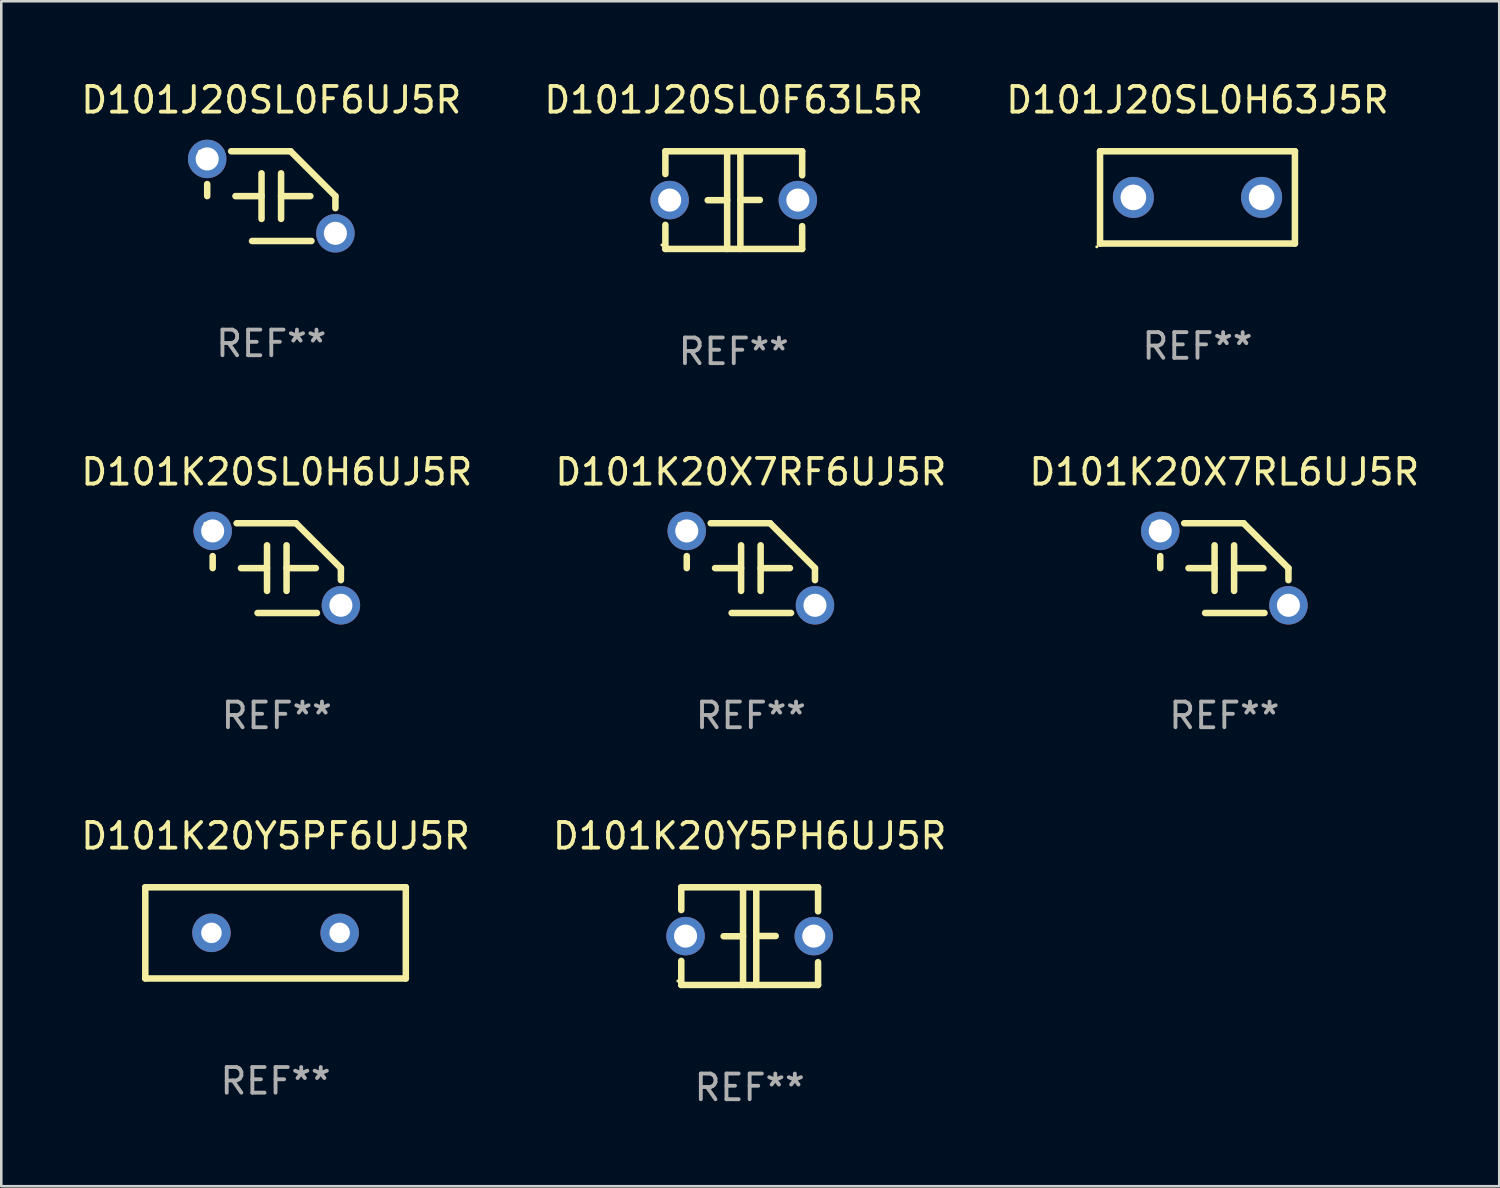
<source format=kicad_pcb>
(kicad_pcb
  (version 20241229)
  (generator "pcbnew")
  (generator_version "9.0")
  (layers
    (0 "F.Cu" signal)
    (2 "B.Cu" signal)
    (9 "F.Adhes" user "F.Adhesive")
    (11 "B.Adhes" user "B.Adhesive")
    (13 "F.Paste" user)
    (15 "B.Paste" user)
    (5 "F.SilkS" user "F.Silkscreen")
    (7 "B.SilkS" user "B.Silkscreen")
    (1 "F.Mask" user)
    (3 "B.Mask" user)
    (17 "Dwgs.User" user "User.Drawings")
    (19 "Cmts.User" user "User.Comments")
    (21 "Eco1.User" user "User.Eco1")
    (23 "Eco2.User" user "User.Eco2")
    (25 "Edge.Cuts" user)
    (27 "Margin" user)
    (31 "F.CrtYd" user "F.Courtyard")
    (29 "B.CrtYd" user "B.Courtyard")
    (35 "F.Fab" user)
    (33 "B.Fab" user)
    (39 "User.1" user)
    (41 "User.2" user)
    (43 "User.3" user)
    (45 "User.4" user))
  (footprint "D101K20X7RF6UJ5R"
    (layer "F.Cu")
    (at 26.232 19.105)
    (property "Reference" "D101K20X7RF6UJ5R" (at 0 -3.75 0) (layer "F.SilkS") (effects (font (size 1 1) (thickness 0.15))))
    (attr through_hole)
    (fp_line (start -2.5 0) (end -2.5 -0.469) (stroke (width 0.254) (type solid)) (layer "F.SilkS"))
    (fp_line (start -1.397 0) (end -0.381 0) (stroke (width 0.254) (type solid)) (layer "F.SilkS"))
    (fp_line (start -0.75 1.75) (end 1.566 1.75) (stroke (width 0.254) (type solid)) (layer "F.SilkS"))
    (fp_line (start -0.381 -0.889) (end -0.381 0.889) (stroke (width 0.254) (type solid)) (layer "F.SilkS"))
    (fp_line (start 0.381 -0.889) (end 0.381 0.889) (stroke (width 0.254) (type solid)) (layer "F.SilkS"))
    (fp_line (start 0.75 -1.75) (end -1.566 -1.75) (stroke (width 0.254) (type solid)) (layer "F.SilkS"))
    (fp_line (start 1.524 0) (end 0.381 0) (stroke (width 0.254) (type solid)) (layer "F.SilkS"))
    (fp_line (start 2.5 0) (end 2.5 0.469) (stroke (width 0.254) (type solid)) (layer "F.SilkS"))
    (fp_arc (start -2.499962 0) (mid 2.499984 -0.000022) (end -2.499962 0) (stroke (width 0.254001) (type solid)) (layer "F.SilkS"))
    (fp_arc (start 2.500013 0) (mid 1.623463 -0.873464) (end 0.749999 -1.750014) (stroke (width 0.254001) (type solid)) (layer "F.SilkS"))
    (fp_circle (center -2.8 -1.75) (end -2.77 -1.75) (stroke (width 0.06) (type solid)) (fill no) (layer "F.SilkS"))
    (fp_text user "REF**" (at 0 5.75 0) (layer "F.Fab") (effects (font (size 1 1) (thickness 0.15))))
    (pad "1" thru_hole circle (at -2.5 -1.45) (size 1.5 1.5) (drill 0.9) (layers "*.Cu" "*.Mask"))
    (pad "2" thru_hole circle (at 2.5 1.45) (size 1.5 1.5) (drill 0.9) (layers "*.Cu" "*.Mask")))
  (footprint "D101K20Y5PH6UJ5R"
    (layer "F.Cu")
    (at 26.185 33.456)
    (property "Reference" "D101K20Y5PH6UJ5R" (at 0 -3.905 0) (layer "F.SilkS") (effects (font (size 1 1) (thickness 0.15))))
    (attr through_hole)
    (fp_line (start -2.667 -1.905) (end -2.667 -1.016) (stroke (width 0.254) (type solid)) (layer "F.SilkS"))
    (fp_line (start -2.667 0.967) (end -2.667 1.905) (stroke (width 0.254) (type solid)) (layer "F.SilkS"))
    (fp_line (start -2.667 1.905) (end 2.667 1.905) (stroke (width 0.254) (type solid)) (layer "F.SilkS"))
    (fp_line (start -0.258 0.005) (end -1.016 0.005) (stroke (width 0.254) (type solid)) (layer "F.SilkS"))
    (fp_line (start -0.258 1.905) (end -0.258 -1.905) (stroke (width 0.254) (type solid)) (layer "F.SilkS"))
    (fp_line (start 0.258 -1.905) (end 0.258 1.905) (stroke (width 0.254) (type solid)) (layer "F.SilkS"))
    (fp_line (start 0.258 -0.005) (end 1.016 -0.005) (stroke (width 0.254) (type solid)) (layer "F.SilkS"))
    (fp_line (start 2.667 -1.905) (end -2.667 -1.905) (stroke (width 0.254) (type solid)) (layer "F.SilkS"))
    (fp_line (start 2.667 -0.967) (end 2.667 -1.905) (stroke (width 0.254) (type solid)) (layer "F.SilkS"))
    (fp_line (start 2.667 1.905) (end 2.667 1.016) (stroke (width 0.254) (type solid)) (layer "F.SilkS"))
    (fp_circle (center -2.8 1.75) (end -2.77 1.75) (stroke (width 0.06) (type solid)) (fill no) (layer "F.SilkS"))
    (fp_text user "REF**" (at 0 5.905 0) (layer "F.Fab") (effects (font (size 1 1) (thickness 0.15))))
    (pad "1" thru_hole circle (at -2.5 0) (size 1.5 1.5) (drill 0.9) (layers "*.Cu" "*.Mask"))
    (pad "2" thru_hole circle (at 2.5 0) (size 1.5 1.5) (drill 0.9) (layers "*.Cu" "*.Mask")))
  (footprint "D101J20SL0H63J5R"
    (layer "F.Cu")
    (at 43.649 4.648)
    (property "Reference" "D101J20SL0H63J5R" (at 0 -3.8 0) (layer "F.SilkS") (effects (font (size 1 1) (thickness 0.15))))
    (attr through_hole)
    (fp_line (start -3.8 -1.8) (end 3.8 -1.8) (stroke (width 0.254) (type solid)) (layer "F.SilkS"))
    (fp_line (start -3.8 1.8) (end -3.8 -1.8) (stroke (width 0.254) (type solid)) (layer "F.SilkS"))
    (fp_line (start 3.8 -1.8) (end 3.8 1.8) (stroke (width 0.254) (type solid)) (layer "F.SilkS"))
    (fp_line (start 3.8 1.8) (end -3.8 1.8) (stroke (width 0.254) (type solid)) (layer "F.SilkS"))
    (fp_circle (center -3.927 1.927) (end -3.897 1.927) (stroke (width 0.06) (type solid)) (fill no) (layer "F.SilkS"))
    (fp_text user "REF**" (at 0 5.8 0) (layer "F.Fab") (effects (font (size 1 1) (thickness 0.15))))
    (pad "1" thru_hole circle (at -2.5 0) (size 1.6 1.6) (drill 1) (layers "*.Cu" "*.Mask"))
    (pad "2" thru_hole circle (at 2.5 0) (size 1.6 1.6) (drill 1) (layers "*.Cu" "*.Mask")))
  (footprint "D101K20SL0H6UJ5R"
    (layer "F.Cu")
    (at 7.744 19.105)
    (property "Reference" "D101K20SL0H6UJ5R" (at 0 -3.75 0) (layer "F.SilkS") (effects (font (size 1 1) (thickness 0.15))))
    (attr through_hole)
    (fp_line (start -2.5 0) (end -2.5 -0.469) (stroke (width 0.254) (type solid)) (layer "F.SilkS"))
    (fp_line (start -1.397 0) (end -0.381 0) (stroke (width 0.254) (type solid)) (layer "F.SilkS"))
    (fp_line (start -0.75 1.75) (end 1.566 1.75) (stroke (width 0.254) (type solid)) (layer "F.SilkS"))
    (fp_line (start -0.381 -0.889) (end -0.381 0.889) (stroke (width 0.254) (type solid)) (layer "F.SilkS"))
    (fp_line (start 0.381 -0.889) (end 0.381 0.889) (stroke (width 0.254) (type solid)) (layer "F.SilkS"))
    (fp_line (start 0.75 -1.75) (end -1.566 -1.75) (stroke (width 0.254) (type solid)) (layer "F.SilkS"))
    (fp_line (start 1.524 0) (end 0.381 0) (stroke (width 0.254) (type solid)) (layer "F.SilkS"))
    (fp_line (start 2.5 0) (end 2.5 0.469) (stroke (width 0.254) (type solid)) (layer "F.SilkS"))
    (fp_arc (start -2.499962 0) (mid 2.499984 -0.000022) (end -2.499962 0) (stroke (width 0.254001) (type solid)) (layer "F.SilkS"))
    (fp_arc (start 2.500013 0) (mid 1.623463 -0.873464) (end 0.749999 -1.750014) (stroke (width 0.254001) (type solid)) (layer "F.SilkS"))
    (fp_circle (center -2.8 -1.75) (end -2.77 -1.75) (stroke (width 0.06) (type solid)) (fill no) (layer "F.SilkS"))
    (fp_text user "REF**" (at 0 5.75 0) (layer "F.Fab") (effects (font (size 1 1) (thickness 0.15))))
    (pad "1" thru_hole circle (at -2.5 -1.45) (size 1.5 1.5) (drill 0.9) (layers "*.Cu" "*.Mask"))
    (pad "2" thru_hole circle (at 2.5 1.45) (size 1.5 1.5) (drill 0.9) (layers "*.Cu" "*.Mask")))
  (footprint "D101J20SL0F63L5R"
    (layer "F.Cu")
    (at 25.565 4.753)
    (property "Reference" "D101J20SL0F63L5R" (at 0 -3.905 0) (layer "F.SilkS") (effects (font (size 1 1) (thickness 0.15))))
    (attr through_hole)
    (fp_line (start -2.667 -1.905) (end -2.667 -1.016) (stroke (width 0.254) (type solid)) (layer "F.SilkS"))
    (fp_line (start -2.667 0.967) (end -2.667 1.905) (stroke (width 0.254) (type solid)) (layer "F.SilkS"))
    (fp_line (start -2.667 1.905) (end 2.667 1.905) (stroke (width 0.254) (type solid)) (layer "F.SilkS"))
    (fp_line (start -0.258 0.005) (end -1.016 0.005) (stroke (width 0.254) (type solid)) (layer "F.SilkS"))
    (fp_line (start -0.258 1.905) (end -0.258 -1.905) (stroke (width 0.254) (type solid)) (layer "F.SilkS"))
    (fp_line (start 0.258 -1.905) (end 0.258 1.905) (stroke (width 0.254) (type solid)) (layer "F.SilkS"))
    (fp_line (start 0.258 -0.005) (end 1.016 -0.005) (stroke (width 0.254) (type solid)) (layer "F.SilkS"))
    (fp_line (start 2.667 -1.905) (end -2.667 -1.905) (stroke (width 0.254) (type solid)) (layer "F.SilkS"))
    (fp_line (start 2.667 -0.967) (end 2.667 -1.905) (stroke (width 0.254) (type solid)) (layer "F.SilkS"))
    (fp_line (start 2.667 1.905) (end 2.667 1.016) (stroke (width 0.254) (type solid)) (layer "F.SilkS"))
    (fp_circle (center -2.8 1.75) (end -2.77 1.75) (stroke (width 0.06) (type solid)) (fill no) (layer "F.SilkS"))
    (fp_text user "REF**" (at 0 5.905 0) (layer "F.Fab") (effects (font (size 1 1) (thickness 0.15))))
    (pad "1" thru_hole circle (at -2.5 0) (size 1.5 1.5) (drill 0.9) (layers "*.Cu" "*.Mask"))
    (pad "2" thru_hole circle (at 2.5 0) (size 1.5 1.5) (drill 0.9) (layers "*.Cu" "*.Mask")))
  (footprint "D101J20SL0F6UJ5R"
    (layer "F.Cu")
    (at 7.53 4.598)
    (property "Reference" "D101J20SL0F6UJ5R" (at 0 -3.75 0) (layer "F.SilkS") (effects (font (size 1 1) (thickness 0.15))))
    (attr through_hole)
    (fp_line (start -2.5 0) (end -2.5 -0.469) (stroke (width 0.254) (type solid)) (layer "F.SilkS"))
    (fp_line (start -1.397 0) (end -0.381 0) (stroke (width 0.254) (type solid)) (layer "F.SilkS"))
    (fp_line (start -0.75 1.75) (end 1.566 1.75) (stroke (width 0.254) (type solid)) (layer "F.SilkS"))
    (fp_line (start -0.381 -0.889) (end -0.381 0.889) (stroke (width 0.254) (type solid)) (layer "F.SilkS"))
    (fp_line (start 0.381 -0.889) (end 0.381 0.889) (stroke (width 0.254) (type solid)) (layer "F.SilkS"))
    (fp_line (start 0.75 -1.75) (end -1.566 -1.75) (stroke (width 0.254) (type solid)) (layer "F.SilkS"))
    (fp_line (start 1.524 0) (end 0.381 0) (stroke (width 0.254) (type solid)) (layer "F.SilkS"))
    (fp_line (start 2.5 0) (end 2.5 0.469) (stroke (width 0.254) (type solid)) (layer "F.SilkS"))
    (fp_arc (start -2.499962 0) (mid 2.499984 -0.000022) (end -2.499962 0) (stroke (width 0.254001) (type solid)) (layer "F.SilkS"))
    (fp_arc (start 2.500013 0) (mid 1.623463 -0.873464) (end 0.749999 -1.750014) (stroke (width 0.254001) (type solid)) (layer "F.SilkS"))
    (fp_circle (center -2.8 -1.75) (end -2.77 -1.75) (stroke (width 0.06) (type solid)) (fill no) (layer "F.SilkS"))
    (fp_text user "REF**" (at 0 5.75 0) (layer "F.Fab") (effects (font (size 1 1) (thickness 0.15))))
    (pad "1" thru_hole circle (at -2.5 -1.45) (size 1.5 1.5) (drill 0.9) (layers "*.Cu" "*.Mask"))
    (pad "2" thru_hole circle (at 2.5 1.45) (size 1.5 1.5) (drill 0.9) (layers "*.Cu" "*.Mask")))
  (footprint "D101K20Y5PF6UJ5R"
    (layer "F.Cu")
    (at 7.696 33.329)
    (property "Reference" "D101K20Y5PF6UJ5R" (at 0 -3.778 0) (layer "F.SilkS") (effects (font (size 1 1) (thickness 0.15))))
    (attr through_hole)
    (fp_line (start -5.08 -1.778) (end 5.08 -1.778) (stroke (width 0.254) (type solid)) (layer "F.SilkS"))
    (fp_line (start -5.08 1.778) (end -5.08 -1.778) (stroke (width 0.254) (type solid)) (layer "F.SilkS"))
    (fp_line (start 5.08 -1.778) (end 5.08 1.778) (stroke (width 0.254) (type solid)) (layer "F.SilkS"))
    (fp_line (start 5.08 1.778) (end -5.08 1.778) (stroke (width 0.254) (type solid)) (layer "F.SilkS"))
    (fp_circle (center -5 1.75) (end -4.97 1.75) (stroke (width 0.06) (type solid)) (fill no) (layer "F.SilkS"))
    (fp_text user "REF**" (at 0 5.778 0) (layer "F.Fab") (effects (font (size 1 1) (thickness 0.15))))
    (pad "1" thru_hole circle (at -2.5 0) (size 1.5 1.5) (drill 0.8) (layers "*.Cu" "*.Mask"))
    (pad "2" thru_hole circle (at 2.5 0) (size 1.5 1.5) (drill 0.8) (layers "*.Cu" "*.Mask")))
  (footprint "D101K20X7RL6UJ5R"
    (layer "F.Cu")
    (at 44.696 19.105)
    (property "Reference" "D101K20X7RL6UJ5R" (at 0 -3.75 0) (layer "F.SilkS") (effects (font (size 1 1) (thickness 0.15))))
    (attr through_hole)
    (fp_line (start -2.5 0) (end -2.5 -0.469) (stroke (width 0.254) (type solid)) (layer "F.SilkS"))
    (fp_line (start -1.397 0) (end -0.381 0) (stroke (width 0.254) (type solid)) (layer "F.SilkS"))
    (fp_line (start -0.75 1.75) (end 1.566 1.75) (stroke (width 0.254) (type solid)) (layer "F.SilkS"))
    (fp_line (start -0.381 -0.889) (end -0.381 0.889) (stroke (width 0.254) (type solid)) (layer "F.SilkS"))
    (fp_line (start 0.381 -0.889) (end 0.381 0.889) (stroke (width 0.254) (type solid)) (layer "F.SilkS"))
    (fp_line (start 0.75 -1.75) (end -1.566 -1.75) (stroke (width 0.254) (type solid)) (layer "F.SilkS"))
    (fp_line (start 1.524 0) (end 0.381 0) (stroke (width 0.254) (type solid)) (layer "F.SilkS"))
    (fp_line (start 2.5 0) (end 2.5 0.469) (stroke (width 0.254) (type solid)) (layer "F.SilkS"))
    (fp_arc (start -2.499962 0) (mid 2.499984 -0.000022) (end -2.499962 0) (stroke (width 0.254001) (type solid)) (layer "F.SilkS"))
    (fp_arc (start 2.500013 0) (mid 1.623463 -0.873464) (end 0.749999 -1.750014) (stroke (width 0.254001) (type solid)) (layer "F.SilkS"))
    (fp_circle (center -2.8 -1.75) (end -2.77 -1.75) (stroke (width 0.06) (type solid)) (fill no) (layer "F.SilkS"))
    (fp_text user "REF**" (at 0 5.75 0) (layer "F.Fab") (effects (font (size 1 1) (thickness 0.15))))
    (pad "1" thru_hole circle (at -2.5 -1.45) (size 1.5 1.5) (drill 0.9) (layers "*.Cu" "*.Mask"))
    (pad "2" thru_hole circle (at 2.5 1.45) (size 1.5 1.5) (drill 0.9) (layers "*.Cu" "*.Mask")))
  (gr_rect
    (start -3 -3)
    (end 55.417 43.21)
    (stroke (width 0.1) (type default))
    (fill no)
    (layer "Edge.Cuts")))
</source>
